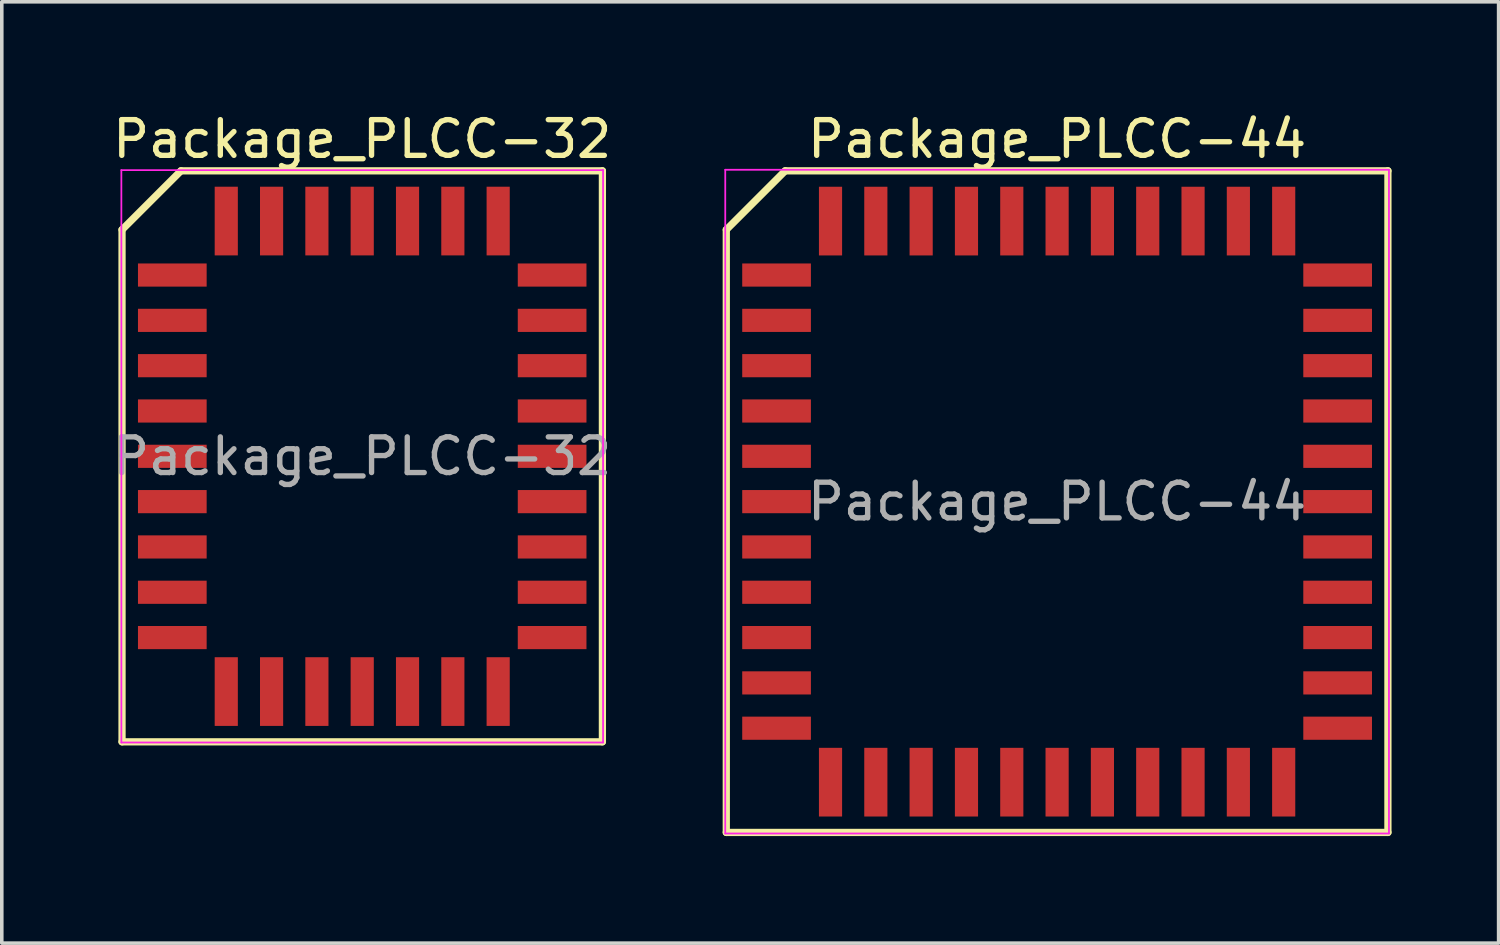
<source format=kicad_pcb>
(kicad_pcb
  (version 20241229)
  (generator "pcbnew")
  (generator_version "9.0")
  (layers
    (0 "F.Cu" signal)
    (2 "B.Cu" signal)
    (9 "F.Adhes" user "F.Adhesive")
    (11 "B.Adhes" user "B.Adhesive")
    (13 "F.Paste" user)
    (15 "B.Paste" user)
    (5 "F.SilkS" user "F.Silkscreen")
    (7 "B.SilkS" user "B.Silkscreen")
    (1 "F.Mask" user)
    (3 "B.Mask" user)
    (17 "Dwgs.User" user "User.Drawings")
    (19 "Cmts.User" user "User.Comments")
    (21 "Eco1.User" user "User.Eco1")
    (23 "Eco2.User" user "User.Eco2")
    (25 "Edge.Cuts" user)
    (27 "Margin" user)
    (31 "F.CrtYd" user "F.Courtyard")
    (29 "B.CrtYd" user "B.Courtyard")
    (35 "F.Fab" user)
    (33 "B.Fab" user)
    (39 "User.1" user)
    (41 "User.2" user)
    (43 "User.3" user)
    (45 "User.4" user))
  (footprint "Package_PLCC-32"
    (layer "F.Cu")
    (at 7.101 9.738)
    (property "Reference" "Package_PLCC-32" (at 0 -8.89 0) (unlocked yes) (layer "F.SilkS") (effects (font (size 1 1) (thickness 0.15))))
    (attr smd)
    (fp_line (start -6.731 -6.35) (end -6.731 8.001) (stroke (width 0.203) (type solid)) (layer "F.SilkS"))
    (fp_line (start -6.731 8.001) (end 6.731 8.001) (stroke (width 0.203) (type solid)) (layer "F.SilkS"))
    (fp_line (start -5.08 -8.001) (end -6.731 -6.35) (stroke (width 0.203) (type solid)) (layer "F.SilkS"))
    (fp_line (start 6.731 -8.001) (end -5.08 -8.001) (stroke (width 0.203) (type solid)) (layer "F.SilkS"))
    (fp_line (start 6.731 8.001) (end 6.731 -8.001) (stroke (width 0.203) (type solid)) (layer "F.SilkS"))
    (fp_line (start -6.75 -8.02) (end -6.75 8.02) (stroke (width 0.05) (type solid)) (layer "F.CrtYd"))
    (fp_line (start -6.75 8.02) (end 6.75 8.02) (stroke (width 0.05) (type solid)) (layer "F.CrtYd"))
    (fp_line (start 6.75 -8.02) (end -6.75 -8.02) (stroke (width 0.05) (type solid)) (layer "F.CrtYd"))
    (fp_line (start 6.75 8.02) (end 6.75 -8.02) (stroke (width 0.05) (type solid)) (layer "F.CrtYd"))
    (fp_text user "${REFERENCE}" (at 0 0 0) (unlocked yes) (layer "F.Fab") (effects (font (size 1 1) (thickness 0.15))))
    (pad "1" smd rect (at 0 -6.593) (size 0.649 1.925) (layers "F.Cu" "F.Mask" "F.Paste"))
    (pad "2" smd rect (at -1.27 -6.593) (size 0.649 1.925) (layers "F.Cu" "F.Mask" "F.Paste"))
    (pad "3" smd rect (at -2.54 -6.593) (size 0.649 1.925) (layers "F.Cu" "F.Mask" "F.Paste"))
    (pad "4" smd rect (at -3.81 -6.593) (size 0.649 1.925) (layers "F.Cu" "F.Mask" "F.Paste"))
    (pad "5" smd rect (at -5.322 -5.08 90) (size 0.649 1.925) (layers "F.Cu" "F.Mask" "F.Paste"))
    (pad "6" smd rect (at -5.322 -3.81 90) (size 0.649 1.925) (layers "F.Cu" "F.Mask" "F.Paste"))
    (pad "7" smd rect (at -5.322 -2.54 90) (size 0.649 1.925) (layers "F.Cu" "F.Mask" "F.Paste"))
    (pad "8" smd rect (at -5.322 -1.27 90) (size 0.649 1.925) (layers "F.Cu" "F.Mask" "F.Paste"))
    (pad "9" smd rect (at -5.322 0 90) (size 0.649 1.925) (layers "F.Cu" "F.Mask" "F.Paste"))
    (pad "10" smd rect (at -5.322 1.27 90) (size 0.649 1.925) (layers "F.Cu" "F.Mask" "F.Paste"))
    (pad "11" smd rect (at -5.322 2.54 90) (size 0.649 1.925) (layers "F.Cu" "F.Mask" "F.Paste"))
    (pad "12" smd rect (at -5.322 3.81 90) (size 0.649 1.925) (layers "F.Cu" "F.Mask" "F.Paste"))
    (pad "13" smd rect (at -5.322 5.08 90) (size 0.649 1.925) (layers "F.Cu" "F.Mask" "F.Paste"))
    (pad "14" smd rect (at -3.81 6.593) (size 0.649 1.925) (layers "F.Cu" "F.Mask" "F.Paste"))
    (pad "15" smd rect (at -2.54 6.593) (size 0.649 1.925) (layers "F.Cu" "F.Mask" "F.Paste"))
    (pad "16" smd rect (at -1.27 6.593) (size 0.649 1.925) (layers "F.Cu" "F.Mask" "F.Paste"))
    (pad "17" smd rect (at 0 6.593) (size 0.649 1.925) (layers "F.Cu" "F.Mask" "F.Paste"))
    (pad "18" smd rect (at 1.27 6.593) (size 0.649 1.925) (layers "F.Cu" "F.Mask" "F.Paste"))
    (pad "19" smd rect (at 2.54 6.593) (size 0.649 1.925) (layers "F.Cu" "F.Mask" "F.Paste"))
    (pad "20" smd rect (at 3.81 6.593) (size 0.649 1.925) (layers "F.Cu" "F.Mask" "F.Paste"))
    (pad "21" smd rect (at 5.322 5.08 90) (size 0.649 1.925) (layers "F.Cu" "F.Mask" "F.Paste"))
    (pad "22" smd rect (at 5.322 3.81 90) (size 0.649 1.925) (layers "F.Cu" "F.Mask" "F.Paste"))
    (pad "23" smd rect (at 5.322 2.54 90) (size 0.649 1.925) (layers "F.Cu" "F.Mask" "F.Paste"))
    (pad "24" smd rect (at 5.322 1.27 90) (size 0.649 1.925) (layers "F.Cu" "F.Mask" "F.Paste"))
    (pad "25" smd rect (at 5.322 0 90) (size 0.649 1.925) (layers "F.Cu" "F.Mask" "F.Paste"))
    (pad "26" smd rect (at 5.322 -1.27 90) (size 0.649 1.925) (layers "F.Cu" "F.Mask" "F.Paste"))
    (pad "27" smd rect (at 5.322 -2.54 90) (size 0.649 1.925) (layers "F.Cu" "F.Mask" "F.Paste"))
    (pad "28" smd rect (at 5.322 -3.81 90) (size 0.649 1.925) (layers "F.Cu" "F.Mask" "F.Paste"))
    (pad "29" smd rect (at 5.322 -5.08 90) (size 0.649 1.925) (layers "F.Cu" "F.Mask" "F.Paste"))
    (pad "30" smd rect (at 3.81 -6.593) (size 0.649 1.925) (layers "F.Cu" "F.Mask" "F.Paste"))
    (pad "31" smd rect (at 2.54 -6.593) (size 0.649 1.925) (layers "F.Cu" "F.Mask" "F.Paste"))
    (pad "32" smd rect (at 1.27 -6.593) (size 0.649 1.925) (layers "F.Cu" "F.Mask" "F.Paste")))
  (footprint "Package_PLCC-44"
    (layer "F.Cu")
    (at 26.575 11.008)
    (property "Reference" "Package_PLCC-44" (at 0 -10.16 0) (layer "F.SilkS") (effects (font (size 1 1) (thickness 0.15))))
    (attr smd)
    (fp_line (start -9.271 -7.62) (end -9.271 9.271) (stroke (width 0.203) (type solid)) (layer "F.SilkS"))
    (fp_line (start -9.271 9.271) (end 9.271 9.271) (stroke (width 0.203) (type solid)) (layer "F.SilkS"))
    (fp_line (start -7.62 -9.271) (end -9.271 -7.62) (stroke (width 0.203) (type solid)) (layer "F.SilkS"))
    (fp_line (start 9.271 -9.271) (end -7.62 -9.271) (stroke (width 0.203) (type solid)) (layer "F.SilkS"))
    (fp_line (start 9.271 9.271) (end 9.271 -9.271) (stroke (width 0.203) (type solid)) (layer "F.SilkS"))
    (fp_line (start -9.3 -9.3) (end -9.3 9.3) (stroke (width 0.05) (type solid)) (layer "F.CrtYd"))
    (fp_line (start -9.3 9.3) (end 9.3 9.3) (stroke (width 0.05) (type solid)) (layer "F.CrtYd"))
    (fp_line (start 9.3 -9.3) (end -9.3 -9.3) (stroke (width 0.05) (type solid)) (layer "F.CrtYd"))
    (fp_line (start 9.3 9.3) (end 9.3 -9.3) (stroke (width 0.05) (type solid)) (layer "F.CrtYd"))
    (fp_text user "${REFERENCE}" (at 0 0 0) (layer "F.Fab") (effects (font (size 1 1) (thickness 0.15))))
    (pad "1" smd rect (at 0 -7.862) (size 0.649 1.925) (layers "F.Cu" "F.Mask" "F.Paste"))
    (pad "2" smd rect (at -1.27 -7.862) (size 0.649 1.925) (layers "F.Cu" "F.Mask" "F.Paste"))
    (pad "3" smd rect (at -2.54 -7.862) (size 0.649 1.925) (layers "F.Cu" "F.Mask" "F.Paste"))
    (pad "4" smd rect (at -3.81 -7.862) (size 0.649 1.925) (layers "F.Cu" "F.Mask" "F.Paste"))
    (pad "5" smd rect (at -5.08 -7.862) (size 0.649 1.925) (layers "F.Cu" "F.Mask" "F.Paste"))
    (pad "6" smd rect (at -6.35 -7.862) (size 0.649 1.925) (layers "F.Cu" "F.Mask" "F.Paste"))
    (pad "7" smd rect (at -7.862 -6.35 90) (size 0.649 1.925) (layers "F.Cu" "F.Mask" "F.Paste"))
    (pad "8" smd rect (at -7.862 -5.08 90) (size 0.649 1.925) (layers "F.Cu" "F.Mask" "F.Paste"))
    (pad "9" smd rect (at -7.862 -3.81 90) (size 0.649 1.925) (layers "F.Cu" "F.Mask" "F.Paste"))
    (pad "10" smd rect (at -7.862 -2.54 90) (size 0.649 1.925) (layers "F.Cu" "F.Mask" "F.Paste"))
    (pad "11" smd rect (at -7.862 -1.27 90) (size 0.649 1.925) (layers "F.Cu" "F.Mask" "F.Paste"))
    (pad "12" smd rect (at -7.862 0 90) (size 0.649 1.925) (layers "F.Cu" "F.Mask" "F.Paste"))
    (pad "13" smd rect (at -7.862 1.27 90) (size 0.649 1.925) (layers "F.Cu" "F.Mask" "F.Paste"))
    (pad "14" smd rect (at -7.862 2.54 90) (size 0.649 1.925) (layers "F.Cu" "F.Mask" "F.Paste"))
    (pad "15" smd rect (at -7.862 3.81 90) (size 0.649 1.925) (layers "F.Cu" "F.Mask" "F.Paste"))
    (pad "16" smd rect (at -7.862 5.08 90) (size 0.649 1.925) (layers "F.Cu" "F.Mask" "F.Paste"))
    (pad "17" smd rect (at -7.862 6.35 90) (size 0.649 1.925) (layers "F.Cu" "F.Mask" "F.Paste"))
    (pad "18" smd rect (at -6.35 7.862) (size 0.649 1.925) (layers "F.Cu" "F.Mask" "F.Paste"))
    (pad "19" smd rect (at -5.08 7.862) (size 0.649 1.925) (layers "F.Cu" "F.Mask" "F.Paste"))
    (pad "20" smd rect (at -3.81 7.862) (size 0.649 1.925) (layers "F.Cu" "F.Mask" "F.Paste"))
    (pad "21" smd rect (at -2.54 7.862) (size 0.649 1.925) (layers "F.Cu" "F.Mask" "F.Paste"))
    (pad "22" smd rect (at -1.27 7.862) (size 0.649 1.925) (layers "F.Cu" "F.Mask" "F.Paste"))
    (pad "23" smd rect (at 0 7.862) (size 0.649 1.925) (layers "F.Cu" "F.Mask" "F.Paste"))
    (pad "24" smd rect (at 1.27 7.862) (size 0.649 1.925) (layers "F.Cu" "F.Mask" "F.Paste"))
    (pad "25" smd rect (at 2.54 7.862) (size 0.649 1.925) (layers "F.Cu" "F.Mask" "F.Paste"))
    (pad "26" smd rect (at 3.81 7.862) (size 0.649 1.925) (layers "F.Cu" "F.Mask" "F.Paste"))
    (pad "27" smd rect (at 5.08 7.862) (size 0.649 1.925) (layers "F.Cu" "F.Mask" "F.Paste"))
    (pad "28" smd rect (at 6.35 7.862) (size 0.649 1.925) (layers "F.Cu" "F.Mask" "F.Paste"))
    (pad "29" smd rect (at 7.862 6.35 90) (size 0.649 1.925) (layers "F.Cu" "F.Mask" "F.Paste"))
    (pad "30" smd rect (at 7.862 5.08 90) (size 0.649 1.925) (layers "F.Cu" "F.Mask" "F.Paste"))
    (pad "31" smd rect (at 7.862 3.81 90) (size 0.649 1.925) (layers "F.Cu" "F.Mask" "F.Paste"))
    (pad "32" smd rect (at 7.862 2.54 90) (size 0.649 1.925) (layers "F.Cu" "F.Mask" "F.Paste"))
    (pad "33" smd rect (at 7.862 1.27 90) (size 0.649 1.925) (layers "F.Cu" "F.Mask" "F.Paste"))
    (pad "34" smd rect (at 7.862 0 90) (size 0.649 1.925) (layers "F.Cu" "F.Mask" "F.Paste"))
    (pad "35" smd rect (at 7.862 -1.27 90) (size 0.649 1.925) (layers "F.Cu" "F.Mask" "F.Paste"))
    (pad "36" smd rect (at 7.862 -2.54 90) (size 0.649 1.925) (layers "F.Cu" "F.Mask" "F.Paste"))
    (pad "37" smd rect (at 7.862 -3.81 90) (size 0.649 1.925) (layers "F.Cu" "F.Mask" "F.Paste"))
    (pad "38" smd rect (at 7.862 -5.08 90) (size 0.649 1.925) (layers "F.Cu" "F.Mask" "F.Paste"))
    (pad "39" smd rect (at 7.862 -6.35 90) (size 0.649 1.925) (layers "F.Cu" "F.Mask" "F.Paste"))
    (pad "40" smd rect (at 6.35 -7.862) (size 0.649 1.925) (layers "F.Cu" "F.Mask" "F.Paste"))
    (pad "41" smd rect (at 5.08 -7.862) (size 0.649 1.925) (layers "F.Cu" "F.Mask" "F.Paste"))
    (pad "42" smd rect (at 3.81 -7.862) (size 0.649 1.925) (layers "F.Cu" "F.Mask" "F.Paste"))
    (pad "43" smd rect (at 2.54 -7.862) (size 0.649 1.925) (layers "F.Cu" "F.Mask" "F.Paste"))
    (pad "44" smd rect (at 1.27 -7.862) (size 0.649 1.925) (layers "F.Cu" "F.Mask" "F.Paste")))
  (gr_rect
    (start -3 -3)
    (end 38.948 23.381)
    (stroke (width 0.1) (type default))
    (fill no)
    (layer "Edge.Cuts")))
</source>
